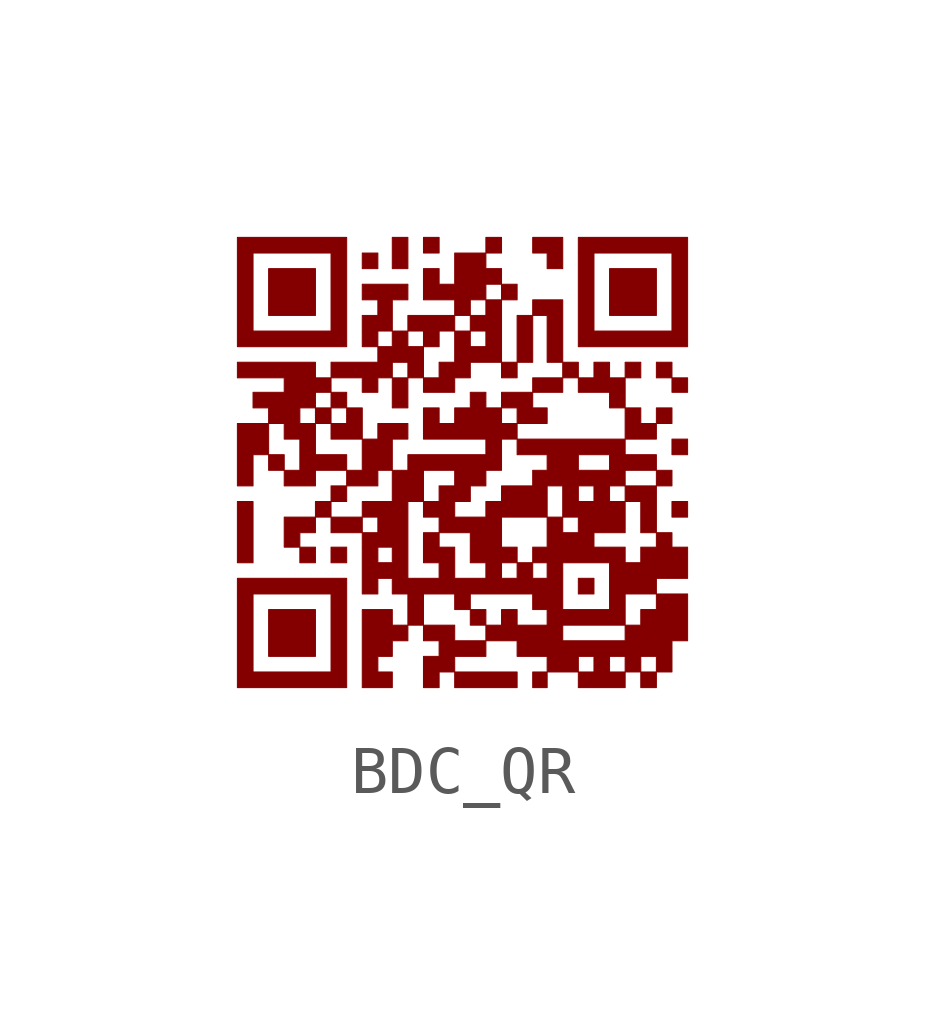
<source format=kicad_sym>
(kicad_symbol_lib
  (version 20211014)
  (generator kicad_symbol_editor)
  (symbol "BDC_QR"
    (pin_names
      (offset 1.016))
    (property "Reference" "G"
      (at 0 4.37 0)
      (effects (font (size 1.27 1.27)) hide))
    (symbol "BDC_QR_0_0"
      (polyline (pts (xy -4.379 -0.801) (xy -4.705 -0.801) (xy -4.705 -2.077) (xy -4.379 -2.077) (xy -4.379 -0.801)) (stroke (width 0.01) (type default) (color 0 0 0 0)) (fill (type outline)))
      (polyline (pts (xy -3.078 -3.053) (xy -4.054 -3.053) (xy -4.054 -4.029) (xy -3.078 -4.029) (xy -3.078 -3.053)) (stroke (width 0.01) (type default) (color 0 0 0 0)) (fill (type outline)))
      (polyline (pts (xy -3.078 -1.752) (xy -3.403 -1.752) (xy -3.403 -2.077) (xy -3.078 -2.077) (xy -3.078 -1.752)) (stroke (width 0.01) (type default) (color 0 0 0 0)) (fill (type outline)))
      (polyline (pts (xy -3.078 4.054) (xy -4.054 4.054) (xy -4.054 3.078) (xy -3.078 3.078) (xy -3.078 4.054)) (stroke (width 0.01) (type default) (color 0 0 0 0)) (fill (type outline)))
      (polyline (pts (xy -2.427 -1.752) (xy -2.753 -1.752) (xy -2.753 -2.077) (xy -2.427 -2.077) (xy -2.427 -1.752)) (stroke (width 0.01) (type default) (color 0 0 0 0)) (fill (type outline)))
      (polyline (pts (xy -1.777 4.379) (xy -2.102 4.379) (xy -2.102 4.054) (xy -1.777 4.054) (xy -1.777 4.379)) (stroke (width 0.01) (type default) (color 0 0 0 0)) (fill (type outline)))
      (polyline (pts (xy -1.151 1.777) (xy -1.476 1.777) (xy -1.476 1.151) (xy -1.151 1.151) (xy -1.151 1.777)) (stroke (width 0.01) (type default) (color 0 0 0 0)) (fill (type outline)))
      (polyline (pts (xy -1.151 4.705) (xy -1.476 4.705) (xy -1.476 4.054) (xy -1.151 4.054) (xy -1.151 4.705)) (stroke (width 0.01) (type default) (color 0 0 0 0)) (fill (type outline)))
      (polyline (pts (xy -0.5 4.705) (xy -0.826 4.705) (xy -0.826 4.379) (xy -0.5 4.379) (xy -0.5 4.705)) (stroke (width 0.01) (type default) (color 0 0 0 0)) (fill (type outline)))
      (polyline (pts (xy 0.475 -3.053) (xy 0.15 -3.053) (xy 0.15 -3.378) (xy 0.475 -3.378) (xy 0.475 -3.053)) (stroke (width 0.01) (type default) (color 0 0 0 0)) (fill (type outline)))
      (polyline (pts (xy 0.801 4.705) (xy 0.475 4.705) (xy 0.475 4.379) (xy 0.801 4.379) (xy 0.801 4.705)) (stroke (width 0.01) (type default) (color 0 0 0 0)) (fill (type outline)))
      (polyline (pts (xy 1.126 -4.354) (xy -0.175 -4.354) (xy -0.175 -4.68) (xy 1.126 -4.68) (xy 1.126 -4.354)) (stroke (width 0.01) (type default) (color 0 0 0 0)) (fill (type outline)))
      (polyline (pts (xy 1.126 2.102) (xy 0.801 2.102) (xy 0.801 1.777) (xy 1.126 1.777) (xy 1.126 2.102)) (stroke (width 0.01) (type default) (color 0 0 0 0)) (fill (type outline)))
      (polyline (pts (xy 1.126 3.729) (xy 0.801 3.729) (xy 0.801 3.403) (xy 1.126 3.403) (xy 1.126 3.729)) (stroke (width 0.01) (type default) (color 0 0 0 0)) (fill (type outline)))
      (polyline (pts (xy 1.451 3.078) (xy 1.126 3.078) (xy 1.126 2.102) (xy 1.451 2.102) (xy 1.451 3.078)) (stroke (width 0.01) (type default) (color 0 0 0 0)) (fill (type outline)))
      (polyline (pts (xy 1.752 -4.354) (xy 1.451 -4.354) (xy 1.451 -4.68) (xy 1.752 -4.68) (xy 1.752 -4.354)) (stroke (width 0.01) (type default) (color 0 0 0 0)) (fill (type outline)))
      (polyline (pts (xy 2.077 1.777) (xy 1.451 1.777) (xy 1.451 1.476) (xy 2.077 1.476) (xy 2.077 1.777)) (stroke (width 0.01) (type default) (color 0 0 0 0)) (fill (type outline)))
      (polyline (pts (xy 2.402 2.102) (xy 2.077 2.102) (xy 2.077 1.777) (xy 2.402 1.777) (xy 2.402 2.102)) (stroke (width 0.01) (type default) (color 0 0 0 0)) (fill (type outline)))
      (polyline (pts (xy 2.728 -2.402) (xy 2.402 -2.402) (xy 2.402 -2.728) (xy 2.728 -2.728) (xy 2.728 -2.402)) (stroke (width 0.01) (type default) (color 0 0 0 0)) (fill (type outline)))
      (polyline (pts (xy 3.704 2.102) (xy 3.378 2.102) (xy 3.378 1.777) (xy 3.704 1.777) (xy 3.704 2.102)) (stroke (width 0.01) (type default) (color 0 0 0 0)) (fill (type outline)))
      (polyline (pts (xy 4.029 4.054) (xy 3.053 4.054) (xy 3.053 3.078) (xy 4.029 3.078) (xy 4.029 4.054)) (stroke (width 0.01) (type default) (color 0 0 0 0)) (fill (type outline)))
      (polyline (pts (xy 4.354 -0.15) (xy 4.029 -0.15) (xy 4.029 -0.475) (xy 4.354 -0.475) (xy 4.354 -0.15)) (stroke (width 0.01) (type default) (color 0 0 0 0)) (fill (type outline)))
      (polyline (pts (xy 4.354 1.151) (xy 4.029 1.151) (xy 4.029 0.826) (xy 4.354 0.826) (xy 4.354 1.151)) (stroke (width 0.01) (type default) (color 0 0 0 0)) (fill (type outline)))
      (polyline (pts (xy 4.354 2.102) (xy 4.029 2.102) (xy 4.029 1.777) (xy 4.354 1.777) (xy 4.354 2.102)) (stroke (width 0.01) (type default) (color 0 0 0 0)) (fill (type outline)))
      (polyline (pts (xy 4.68 -0.801) (xy 4.354 -0.801) (xy 4.354 -1.126) (xy 4.68 -1.126) (xy 4.68 -0.801)) (stroke (width 0.01) (type default) (color 0 0 0 0)) (fill (type outline)))
      (polyline (pts (xy 4.68 0.5) (xy 4.354 0.5) (xy 4.354 0.175) (xy 4.68 0.175) (xy 4.68 0.5)) (stroke (width 0.01) (type default) (color 0 0 0 0)) (fill (type outline)))
      (polyline (pts (xy 4.68 1.777) (xy 4.354 1.777) (xy 4.354 1.476) (xy 4.68 1.476) (xy 4.68 1.777)) (stroke (width 0.01) (type default) (color 0 0 0 0)) (fill (type outline)))
      (polyline (pts (xy -3.403 -1.451) (xy -3.078 -1.451) (xy -3.078 -1.126) (xy -3.729 -1.126) (xy -3.729 -1.752) (xy -3.403 -1.752) (xy -3.403 -1.451)) (stroke (width 0.01) (type default) (color 0 0 0 0)) (fill (type outline)))
      (polyline (pts (xy 2.077 3.403) (xy 1.451 3.403) (xy 1.451 3.078) (xy 1.752 3.078) (xy 1.752 2.102) (xy 2.077 2.102) (xy 2.077 3.403)) (stroke (width 0.01) (type default) (color 0 0 0 0)) (fill (type outline)))
      (polyline (pts (xy 2.077 4.705) (xy 1.451 4.705) (xy 1.451 4.379) (xy 1.752 4.379) (xy 1.752 4.054) (xy 2.077 4.054) (xy 2.077 4.705)) (stroke (width 0.01) (type default) (color 0 0 0 0)) (fill (type outline)))
      (polyline (pts (xy 4.029 0.826) (xy 3.704 0.826) (xy 3.704 1.151) (xy 3.378 1.151) (xy 3.378 0.5) (xy 4.029 0.5) (xy 4.029 0.826)) (stroke (width 0.01) (type default) (color 0 0 0 0)) (fill (type outline)))
      (polyline (pts (xy 1.752 1.151) (xy 1.451 1.151) (xy 1.451 1.476) (xy 0.801 1.476) (xy 0.801 1.151) (xy 1.126 1.151) (xy 1.126 0.826) (xy 1.752 0.826) (xy 1.752 1.151)) (stroke (width 0.01) (type default) (color 0 0 0 0)) (fill (type outline)))
      (polyline (pts (xy 2.402 1.476) (xy 3.053 1.476) (xy 3.053 1.151) (xy 3.378 1.151) (xy 3.378 1.777) (xy 3.053 1.777) (xy 3.053 2.102) (xy 2.728 2.102) (xy 2.728 1.777) (xy 2.402 1.777) (xy 2.402 1.476)) (stroke (width 0.01) (type default) (color 0 0 0 0)) (fill (type outline)))
      (polyline (pts (xy -2.427 -2.402) (xy -4.705 -2.402) (xy -4.705 -2.728) (xy -4.379 -2.728) (xy -2.753 -2.728) (xy -2.753 -4.354) (xy -4.379 -4.354) (xy -4.379 -2.728) (xy -4.705 -2.728) (xy -4.705 -4.68) (xy -2.427 -4.68) (xy -2.427 -2.402)) (stroke (width 0.01) (type default) (color 0 0 0 0)) (fill (type outline)))
      (polyline (pts (xy -2.427 4.705) (xy -4.705 4.705) (xy -4.705 4.379) (xy -4.379 4.379) (xy -2.753 4.379) (xy -2.753 2.753) (xy -4.379 2.753) (xy -4.379 4.379) (xy -4.705 4.379) (xy -4.705 2.427) (xy -2.427 2.427) (xy -2.427 4.705)) (stroke (width 0.01) (type default) (color 0 0 0 0)) (fill (type outline)))
      (polyline (pts (xy 4.68 4.705) (xy 2.402 4.705) (xy 2.402 4.379) (xy 2.728 4.379) (xy 4.354 4.379) (xy 4.354 2.753) (xy 2.728 2.753) (xy 2.728 4.379) (xy 2.402 4.379) (xy 2.402 2.427) (xy 4.68 2.427) (xy 4.68 4.705)) (stroke (width 0.01) (type default) (color 0 0 0 0)) (fill (type outline)))
      (polyline (pts (xy -1.476 -4.354) (xy -1.777 -4.354) (xy -1.777 -4.029) (xy -1.476 -4.029) (xy -1.476 -3.704) (xy -1.151 -3.704) (xy -1.151 -3.378) (xy -1.476 -3.378) (xy -1.476 -3.053) (xy -2.102 -3.053) (xy -2.102 -4.68) (xy -1.476 -4.68) (xy -1.476 -4.354)) (stroke (width 0.01) (type default) (color 0 0 0 0)) (fill (type outline)))
      (polyline (pts (xy -2.102 1.151) (xy -2.427 1.151) (xy -2.427 1.476) (xy -2.753 1.476) (xy -2.753 1.151) (xy -2.427 1.151) (xy -2.427 0.826) (xy -2.753 0.826) (xy -2.753 1.151) (xy -3.078 1.151) (xy -3.078 0.826) (xy -2.753 0.826) (xy -2.753 0.5) (xy -2.102 0.5) (xy -2.102 1.151)) (stroke (width 0.01) (type default) (color 0 0 0 0)) (fill (type outline)))
      (polyline (pts (xy -4.379 0.175) (xy -4.054 0.175) (xy -4.054 -0.15) (xy -3.729 -0.15) (xy -3.729 -0.475) (xy -3.078 -0.475) (xy -3.078 -0.15) (xy -2.427 -0.15) (xy -2.427 0.175) (xy -3.078 0.175) (xy -3.078 0.826) (xy -3.403 0.826) (xy -3.403 1.151) (xy -3.078 1.151) (xy -3.078 1.476) (xy -2.753 1.476) (xy -2.753 1.777) (xy -3.078 1.777) (xy -3.078 2.102) (xy -4.705 2.102) (xy -4.705 1.777) (xy -3.729 1.777) (xy -3.729 1.476) (xy -4.379 1.476) (xy -4.379 1.151) (xy -4.054 1.151) (xy -4.054 0.826) (xy -3.729 0.826) (xy -3.729 0.5) (xy -3.403 0.5) (xy -3.403 -0.15) (xy -3.729 -0.15) (xy -3.729 0.175) (xy -4.054 0.175) (xy -4.054 0.826) (xy -4.705 0.826) (xy -4.705 -0.475) (xy -4.379 -0.475) (xy -4.379 0.175)) (stroke (width 0.01) (type default) (color 0 0 0 0)) (fill (type outline)))
      (polyline (pts (xy -1.777 1.777) (xy -1.476 1.777) (xy -1.476 2.102) (xy -1.151 2.102) (xy -1.151 1.777) (xy -0.826 1.777) (xy -0.826 1.476) (xy -0.175 1.476) (xy -0.175 1.777) (xy 0.15 1.777) (xy 0.15 2.102) (xy 0.801 2.102) (xy 0.801 3.403) (xy 0.475 3.403) (xy 0.475 3.729) (xy 0.801 3.729) (xy 0.801 4.054) (xy 0.475 4.054) (xy 0.475 4.379) (xy -0.175 4.379) (xy -0.175 3.729) (xy -0.5 3.729) (xy -0.5 4.054) (xy -0.826 4.054) (xy -0.826 3.403) (xy -0.175 3.403) (xy 0.15 3.403) (xy 0.475 3.403) (xy 0.475 3.078) (xy 0.15 3.078) (xy 0.15 3.403) (xy -0.175 3.403) (xy -0.175 3.078) (xy 0.15 3.078) (xy 0.15 2.753) (xy 0.475 2.753) (xy 0.475 2.427) (xy 0.15 2.427) (xy 0.15 2.753) (xy -0.175 2.753) (xy -0.175 3.078) (xy -1.151 3.078) (xy -1.151 2.753) (xy -0.826 2.753) (xy -0.826 2.427) (xy -0.5 2.427) (xy -0.5 2.753) (xy -0.175 2.753) (xy -0.175 2.102) (xy -0.5 2.102) (xy -0.5 1.777) (xy -0.826 1.777) (xy -0.826 2.427) (xy -1.151 2.427) (xy -1.151 2.753) (xy -1.476 2.753) (xy -1.476 3.403) (xy -1.151 3.403) (xy -1.151 3.729) (xy -2.102 3.729) (xy -2.102 3.403) (xy -1.777 3.403) (xy -1.777 3.078) (xy -2.102 3.078) (xy -2.102 2.753) (xy -1.777 2.753) (xy -1.476 2.753) (xy -1.476 2.427) (xy -1.777 2.427) (xy -1.777 2.753) (xy -2.102 2.753) (xy -2.102 2.427) (xy -1.777 2.427) (xy -1.777 2.102) (xy -2.753 2.102) (xy -2.753 1.777) (xy -2.102 1.777) (xy -2.102 1.476) (xy -1.777 1.476) (xy -1.777 1.777)) (stroke (width 0.01) (type default) (color 0 0 0 0)) (fill (type outline)))
      (polyline (pts (xy 4.354 -4.354) (xy 4.354 -3.704) (xy 4.68 -3.704) (xy 4.68 -2.728) (xy 4.029 -2.728) (xy 4.029 -2.402) (xy 4.68 -2.402) (xy 4.68 -1.752) (xy 4.354 -1.752) (xy 4.354 -1.451) (xy 4.029 -1.451) (xy 4.029 -0.475) (xy 3.378 -0.475) (xy 3.378 -0.15) (xy 4.029 -0.15) (xy 4.029 0.175) (xy 3.378 0.175) (xy 3.378 0.5) (xy 1.126 0.5) (xy 1.126 0.826) (xy 0.801 0.826) (xy 0.801 1.151) (xy 0.475 1.151) (xy 0.475 1.476) (xy 0.15 1.476) (xy 0.15 1.151) (xy -0.175 1.151) (xy -0.175 0.826) (xy -0.5 0.826) (xy -0.5 1.151) (xy -0.826 1.151) (xy -0.826 0.5) (xy 0.475 0.5) (xy 0.475 0.175) (xy -1.151 0.175) (xy -1.151 -0.15) (xy -0.826 -0.15) (xy -0.175 -0.15) (xy -0.175 -0.475) (xy -0.5 -0.475) (xy -0.5 -0.801) (xy -0.175 -0.801) (xy 0.15 -0.801) (xy 0.15 -0.475) (xy 0.475 -0.475) (xy 0.475 -0.15) (xy 0.801 -0.15) (xy 0.801 0.5) (xy 1.126 0.5) (xy 1.126 0.175) (xy 1.752 0.175) (xy 2.402 0.175) (xy 3.053 0.175) (xy 3.053 -0.15) (xy 2.402 -0.15) (xy 2.402 0.175) (xy 1.752 0.175) (xy 1.752 -0.15) (xy 1.451 -0.15) (xy 1.451 -0.475) (xy 1.752 -0.475) (xy 2.077 -0.475) (xy 2.402 -0.475) (xy 2.728 -0.475) (xy 3.053 -0.475) (xy 3.378 -0.475) (xy 3.378 -0.801) (xy 3.053 -0.801) (xy 3.053 -0.475) (xy 2.728 -0.475) (xy 2.728 -0.801) (xy 2.402 -0.801) (xy 2.402 -0.475) (xy 2.077 -0.475) (xy 2.077 -1.126) (xy 2.402 -1.126) (xy 2.402 -1.451) (xy 2.728 -1.451) (xy 3.378 -1.451) (xy 3.378 -0.801) (xy 3.704 -0.801) (xy 3.704 -1.451) (xy 4.029 -1.451) (xy 4.029 -1.752) (xy 3.704 -1.752) (xy 3.704 -2.077) (xy 3.378 -2.077) (xy 3.378 -1.752) (xy 2.728 -1.752) (xy 2.728 -1.451) (xy 2.402 -1.451) (xy 2.077 -1.451) (xy 2.077 -1.126) (xy 1.752 -1.126) (xy 1.752 -0.475) (xy 1.451 -0.475) (xy 0.801 -0.475) (xy 0.801 -0.801) (xy 0.475 -0.801) (xy 0.475 -1.126) (xy 0.801 -1.126) (xy 1.752 -1.126) (xy 1.752 -1.752) (xy 1.451 -1.752) (xy 1.451 -2.077) (xy 1.752 -2.077) (xy 2.077 -2.077) (xy 3.053 -2.077) (xy 3.053 -2.728) (xy 3.378 -2.728) (xy 4.029 -2.728) (xy 4.029 -3.053) (xy 3.704 -3.053) (xy 3.704 -3.378) (xy 3.378 -3.378) (xy 3.378 -2.728) (xy 3.053 -2.728) (xy 3.053 -3.053) (xy 2.077 -3.053) (xy 2.077 -2.077) (xy 1.752 -2.077) (xy 1.752 -2.402) (xy 1.451 -2.402) (xy 1.451 -2.077) (xy 1.126 -2.077) (xy 1.126 -1.752) (xy 0.801 -1.752) (xy 0.801 -1.126) (xy 0.475 -1.126) (xy -0.175 -1.126) (xy -0.175 -0.801) (xy -0.5 -0.801) (xy -0.826 -0.801) (xy -0.826 -0.15) (xy -1.151 -0.15) (xy -1.476 -0.15) (xy -1.476 0.5) (xy -1.151 0.5) (xy -1.151 0.826) (xy -1.777 0.826) (xy -1.777 0.5) (xy -2.102 0.5) (xy -2.102 -0.15) (xy -2.427 -0.15) (xy -2.427 -0.475) (xy -2.753 -0.475) (xy -2.753 -0.801) (xy -2.427 -0.801) (xy -2.427 -0.475) (xy -1.777 -0.475) (xy -1.777 -0.15) (xy -1.476 -0.15) (xy -1.476 -0.801) (xy -1.151 -0.801) (xy -0.826 -0.801) (xy -0.826 -1.126) (xy -0.5 -1.126) (xy -0.5 -1.451) (xy 0.15 -1.451) (xy 0.15 -2.077) (xy 0.475 -2.077) (xy 0.801 -2.077) (xy 1.126 -2.077) (xy 1.126 -2.402) (xy 0.801 -2.402) (xy 0.801 -2.077) (xy 0.475 -2.077) (xy 0.475 -2.402) (xy -0.175 -2.402) (xy -0.175 -1.752) (xy -0.5 -1.752) (xy -0.5 -1.451) (xy -0.826 -1.451) (xy -0.826 -2.077) (xy -0.5 -2.077) (xy -0.5 -2.402) (xy -1.151 -2.402) (xy -1.151 -0.801) (xy -1.476 -0.801) (xy -2.102 -0.801) (xy -2.102 -1.126) (xy -1.777 -1.126) (xy -1.777 -1.451) (xy -2.102 -1.451) (xy -2.102 -1.126) (xy -2.753 -1.126) (xy -2.753 -0.801) (xy -3.078 -0.801) (xy -3.078 -1.126) (xy -2.753 -1.126) (xy -2.753 -1.451) (xy -2.102 -1.451) (xy -2.102 -1.752) (xy -1.777 -1.752) (xy -1.476 -1.752) (xy -1.476 -2.077) (xy -1.777 -2.077) (xy -1.777 -1.752) (xy -2.102 -1.752) (xy -2.102 -2.728) (xy -1.777 -2.728) (xy -1.777 -2.402) (xy -1.476 -2.402) (xy -1.476 -2.728) (xy -1.151 -2.728) (xy -0.826 -2.728) (xy -0.175 -2.728) (xy -0.175 -3.053) (xy 0.15 -3.053) (xy 0.15 -2.728) (xy 1.451 -2.728) (xy 1.451 -3.053) (xy 1.752 -3.053) (xy 1.752 -3.378) (xy 2.077 -3.378) (xy 3.378 -3.378) (xy 3.378 -3.704) (xy 2.077 -3.704) (xy 2.077 -3.378) (xy 1.752 -3.378) (xy 1.126 -3.378) (xy 1.126 -3.053) (xy 0.801 -3.053) (xy 0.801 -3.378) (xy 0.475 -3.378) (xy 0.475 -3.704) (xy -0.175 -3.704) (xy -0.175 -3.378) (xy -0.826 -3.378) (xy -0.826 -2.728) (xy -1.151 -2.728) (xy -1.151 -3.378) (xy -0.826 -3.378) (xy -0.826 -3.704) (xy -0.5 -3.704) (xy -0.5 -4.029) (xy -0.826 -4.029) (xy -0.826 -4.68) (xy -0.5 -4.68) (xy -0.5 -4.354) (xy -0.175 -4.354) (xy -0.175 -4.029) (xy 0.475 -4.029) (xy 0.475 -3.704) (xy 1.126 -3.704) (xy 1.126 -4.029) (xy 1.752 -4.029) (xy 2.402 -4.029) (xy 2.728 -4.029) (xy 3.053 -4.029) (xy 3.378 -4.029) (xy 3.704 -4.029) (xy 4.029 -4.029) (xy 4.029 -4.354) (xy 3.704 -4.354) (xy 3.704 -4.029) (xy 3.378 -4.029) (xy 3.378 -4.354) (xy 3.053 -4.354) (xy 3.053 -4.029) (xy 2.728 -4.029) (xy 2.728 -4.354) (xy 2.402 -4.354) (xy 2.402 -4.029) (xy 1.752 -4.029) (xy 1.752 -4.354) (xy 2.402 -4.354) (xy 2.402 -4.68) (xy 3.378 -4.68) (xy 3.378 -4.354) (xy 3.704 -4.354) (xy 3.704 -4.68) (xy 4.029 -4.68) (xy 4.029 -4.354) (xy 4.354 -4.354)) (stroke (width 0.01) (type default) (color 0 0 0 0)) (fill (type outline))))))
</source>
